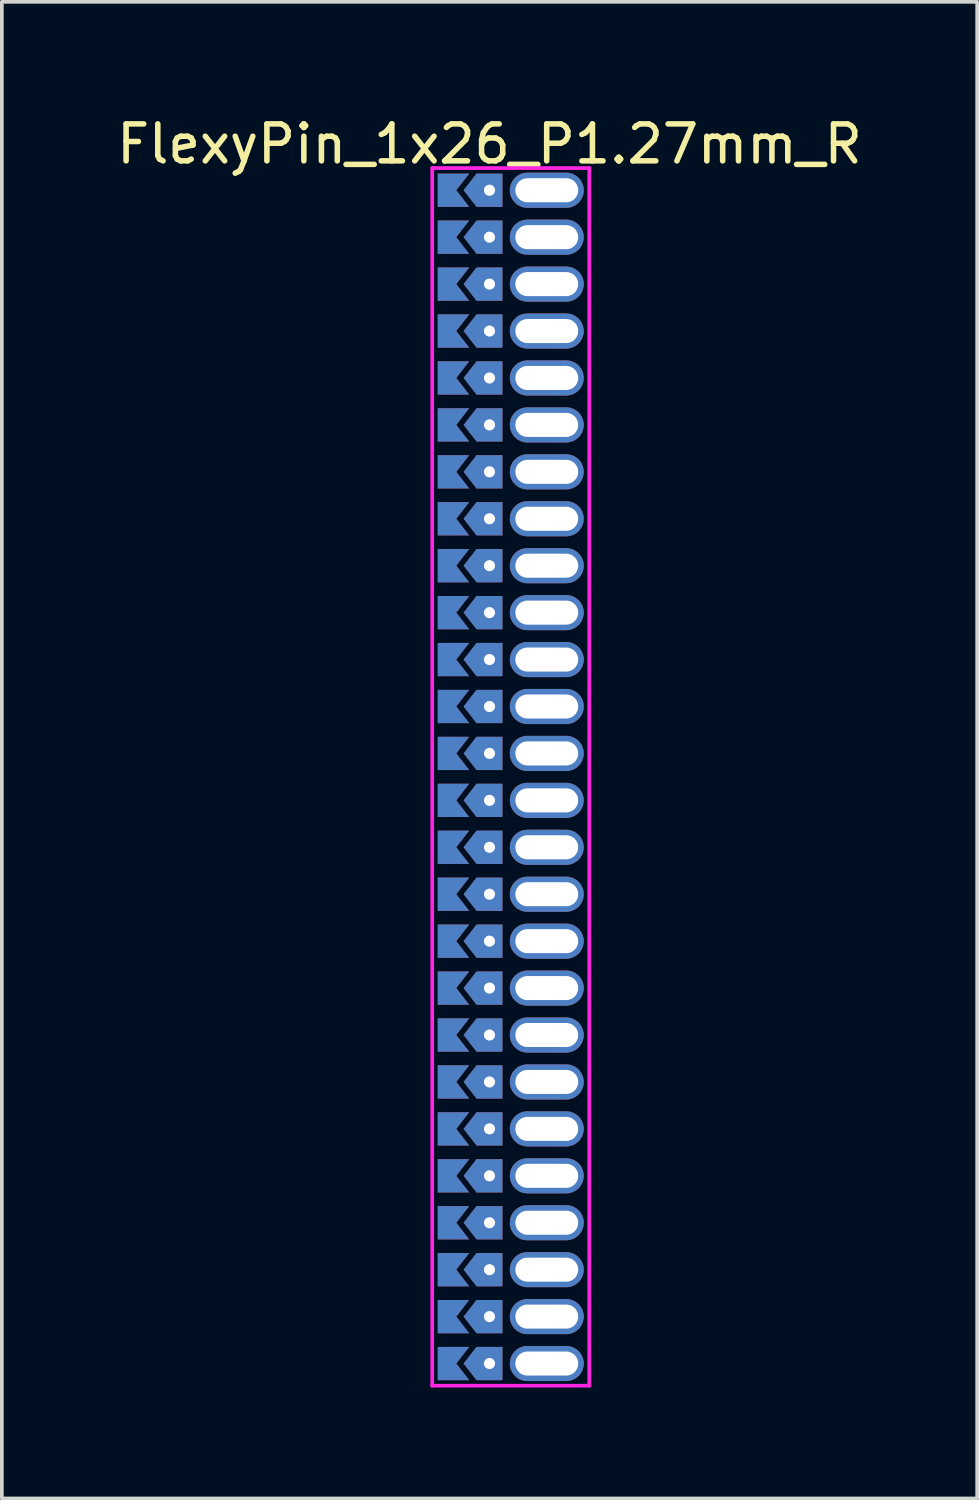
<source format=kicad_pcb>
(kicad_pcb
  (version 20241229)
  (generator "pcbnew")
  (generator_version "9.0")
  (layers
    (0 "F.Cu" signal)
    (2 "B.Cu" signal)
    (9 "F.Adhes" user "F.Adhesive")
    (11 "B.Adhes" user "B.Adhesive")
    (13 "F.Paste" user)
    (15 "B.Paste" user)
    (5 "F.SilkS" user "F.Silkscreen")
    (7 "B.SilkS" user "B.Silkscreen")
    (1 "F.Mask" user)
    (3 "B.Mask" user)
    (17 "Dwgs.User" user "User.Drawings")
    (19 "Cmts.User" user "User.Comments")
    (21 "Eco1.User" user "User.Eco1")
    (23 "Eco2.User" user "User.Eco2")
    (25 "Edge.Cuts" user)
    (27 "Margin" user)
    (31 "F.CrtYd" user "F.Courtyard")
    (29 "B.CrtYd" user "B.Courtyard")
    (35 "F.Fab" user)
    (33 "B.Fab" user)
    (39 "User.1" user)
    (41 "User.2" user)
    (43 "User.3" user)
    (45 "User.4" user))
  (footprint "FlexyPin_1x26_P1.27mm_R"
    (layer "F.Cu")
    (at 10.196 2.098)
    (property "Reference" "FlexyPin_1x26_P1.27mm_R" (at 0 -1.25 0) (layer "F.SilkS") (effects (font (size 1 1) (thickness 0.15))))
    (attr through_hole)
    (fp_line (start -1.55 -0.6) (end 2.7 -0.6) (stroke (width 0.1) (type solid)) (layer "F.CrtYd"))
    (fp_line (start -1.55 32.35) (end -1.55 -0.6) (stroke (width 0.1) (type solid)) (layer "F.CrtYd"))
    (fp_line (start 2.7 -0.6) (end 2.7 32.35) (stroke (width 0.1) (type solid)) (layer "F.CrtYd"))
    (fp_line (start 2.7 32.35) (end -1.55 32.35) (stroke (width 0.1) (type solid)) (layer "F.CrtYd"))
    (pad "" thru_hole custom (at 0 0) (size 0.3 0.3) (drill 0.6) (layers "*.Cu" "*.Mask") (options (anchor rect)) (primitives (gr_poly (pts (xy 0.35 0.45) (xy 0.35 -0.45) (xy -0.35 -0.45) (xy -0.7 0) (xy -0.35 0.45)) (width 0) (fill yes))))
    (pad "" thru_hole custom (at 0 1.27) (size 0.3 0.3) (drill 0.6) (layers "*.Cu" "*.Mask") (options (anchor rect)) (primitives (gr_poly (pts (xy 0.35 0.45) (xy 0.35 -0.45) (xy -0.35 -0.45) (xy -0.7 0) (xy -0.35 0.45)) (width 0) (fill yes))))
    (pad "" thru_hole custom (at 0 2.54) (size 0.3 0.3) (drill 0.6) (layers "*.Cu" "*.Mask") (options (anchor rect)) (primitives (gr_poly (pts (xy 0.35 0.45) (xy 0.35 -0.45) (xy -0.35 -0.45) (xy -0.7 0) (xy -0.35 0.45)) (width 0) (fill yes))))
    (pad "" thru_hole custom (at 0 3.81) (size 0.3 0.3) (drill 0.6) (layers "*.Cu" "*.Mask") (options (anchor rect)) (primitives (gr_poly (pts (xy 0.35 0.45) (xy 0.35 -0.45) (xy -0.35 -0.45) (xy -0.7 0) (xy -0.35 0.45)) (width 0) (fill yes))))
    (pad "" thru_hole custom (at 0 5.08) (size 0.3 0.3) (drill 0.6) (layers "*.Cu" "*.Mask") (options (anchor rect)) (primitives (gr_poly (pts (xy 0.35 0.45) (xy 0.35 -0.45) (xy -0.35 -0.45) (xy -0.7 0) (xy -0.35 0.45)) (width 0) (fill yes))))
    (pad "" thru_hole custom (at 0 6.35) (size 0.3 0.3) (drill 0.6) (layers "*.Cu" "*.Mask") (options (anchor rect)) (primitives (gr_poly (pts (xy 0.35 0.45) (xy 0.35 -0.45) (xy -0.35 -0.45) (xy -0.7 0) (xy -0.35 0.45)) (width 0) (fill yes))))
    (pad "" thru_hole custom (at 0 7.62) (size 0.3 0.3) (drill 0.6) (layers "*.Cu" "*.Mask") (options (anchor rect)) (primitives (gr_poly (pts (xy 0.35 0.45) (xy 0.35 -0.45) (xy -0.35 -0.45) (xy -0.7 0) (xy -0.35 0.45)) (width 0) (fill yes))))
    (pad "" thru_hole custom (at 0 8.89) (size 0.3 0.3) (drill 0.6) (layers "*.Cu" "*.Mask") (options (anchor rect)) (primitives (gr_poly (pts (xy 0.35 0.45) (xy 0.35 -0.45) (xy -0.35 -0.45) (xy -0.7 0) (xy -0.35 0.45)) (width 0) (fill yes))))
    (pad "" thru_hole custom (at 0 10.16) (size 0.3 0.3) (drill 0.6) (layers "*.Cu" "*.Mask") (options (anchor rect)) (primitives (gr_poly (pts (xy 0.35 0.45) (xy 0.35 -0.45) (xy -0.35 -0.45) (xy -0.7 0) (xy -0.35 0.45)) (width 0) (fill yes))))
    (pad "" thru_hole custom (at 0 11.43) (size 0.3 0.3) (drill 0.6) (layers "*.Cu" "*.Mask") (options (anchor rect)) (primitives (gr_poly (pts (xy 0.35 0.45) (xy 0.35 -0.45) (xy -0.35 -0.45) (xy -0.7 0) (xy -0.35 0.45)) (width 0) (fill yes))))
    (pad "" thru_hole custom (at 0 12.7) (size 0.3 0.3) (drill 0.6) (layers "*.Cu" "*.Mask") (options (anchor rect)) (primitives (gr_poly (pts (xy 0.35 0.45) (xy 0.35 -0.45) (xy -0.35 -0.45) (xy -0.7 0) (xy -0.35 0.45)) (width 0) (fill yes))))
    (pad "" thru_hole custom (at 0 13.97) (size 0.3 0.3) (drill 0.6) (layers "*.Cu" "*.Mask") (options (anchor rect)) (primitives (gr_poly (pts (xy 0.35 0.45) (xy 0.35 -0.45) (xy -0.35 -0.45) (xy -0.7 0) (xy -0.35 0.45)) (width 0) (fill yes))))
    (pad "" thru_hole custom (at 0 15.24) (size 0.3 0.3) (drill 0.6) (layers "*.Cu" "*.Mask") (options (anchor rect)) (primitives (gr_poly (pts (xy 0.35 0.45) (xy 0.35 -0.45) (xy -0.35 -0.45) (xy -0.7 0) (xy -0.35 0.45)) (width 0) (fill yes))))
    (pad "" thru_hole custom (at 0 16.51) (size 0.3 0.3) (drill 0.6) (layers "*.Cu" "*.Mask") (options (anchor rect)) (primitives (gr_poly (pts (xy 0.35 0.45) (xy 0.35 -0.45) (xy -0.35 -0.45) (xy -0.7 0) (xy -0.35 0.45)) (width 0) (fill yes))))
    (pad "" thru_hole custom (at 0 17.78) (size 0.3 0.3) (drill 0.6) (layers "*.Cu" "*.Mask") (options (anchor rect)) (primitives (gr_poly (pts (xy 0.35 0.45) (xy 0.35 -0.45) (xy -0.35 -0.45) (xy -0.7 0) (xy -0.35 0.45)) (width 0) (fill yes))))
    (pad "" thru_hole custom (at 0 19.05) (size 0.3 0.3) (drill 0.6) (layers "*.Cu" "*.Mask") (options (anchor rect)) (primitives (gr_poly (pts (xy 0.35 0.45) (xy 0.35 -0.45) (xy -0.35 -0.45) (xy -0.7 0) (xy -0.35 0.45)) (width 0) (fill yes))))
    (pad "" thru_hole custom (at 0 20.32) (size 0.3 0.3) (drill 0.6) (layers "*.Cu" "*.Mask") (options (anchor rect)) (primitives (gr_poly (pts (xy 0.35 0.45) (xy 0.35 -0.45) (xy -0.35 -0.45) (xy -0.7 0) (xy -0.35 0.45)) (width 0) (fill yes))))
    (pad "" thru_hole custom (at 0 21.59) (size 0.3 0.3) (drill 0.6) (layers "*.Cu" "*.Mask") (options (anchor rect)) (primitives (gr_poly (pts (xy 0.35 0.45) (xy 0.35 -0.45) (xy -0.35 -0.45) (xy -0.7 0) (xy -0.35 0.45)) (width 0) (fill yes))))
    (pad "" thru_hole custom (at 0 22.86) (size 0.3 0.3) (drill 0.6) (layers "*.Cu" "*.Mask") (options (anchor rect)) (primitives (gr_poly (pts (xy 0.35 0.45) (xy 0.35 -0.45) (xy -0.35 -0.45) (xy -0.7 0) (xy -0.35 0.45)) (width 0) (fill yes))))
    (pad "" thru_hole custom (at 0 24.13) (size 0.3 0.3) (drill 0.6) (layers "*.Cu" "*.Mask") (options (anchor rect)) (primitives (gr_poly (pts (xy 0.35 0.45) (xy 0.35 -0.45) (xy -0.35 -0.45) (xy -0.7 0) (xy -0.35 0.45)) (width 0) (fill yes))))
    (pad "" thru_hole custom (at 0 25.4) (size 0.3 0.3) (drill 0.6) (layers "*.Cu" "*.Mask") (options (anchor rect)) (primitives (gr_poly (pts (xy 0.35 0.45) (xy 0.35 -0.45) (xy -0.35 -0.45) (xy -0.7 0) (xy -0.35 0.45)) (width 0) (fill yes))))
    (pad "" thru_hole custom (at 0 26.67) (size 0.3 0.3) (drill 0.6) (layers "*.Cu" "*.Mask") (options (anchor rect)) (primitives (gr_poly (pts (xy 0.35 0.45) (xy 0.35 -0.45) (xy -0.35 -0.45) (xy -0.7 0) (xy -0.35 0.45)) (width 0) (fill yes))))
    (pad "" thru_hole custom (at 0 27.94) (size 0.3 0.3) (drill 0.6) (layers "*.Cu" "*.Mask") (options (anchor rect)) (primitives (gr_poly (pts (xy 0.35 0.45) (xy 0.35 -0.45) (xy -0.35 -0.45) (xy -0.7 0) (xy -0.35 0.45)) (width 0) (fill yes))))
    (pad "" thru_hole custom (at 0 29.21) (size 0.3 0.3) (drill 0.6) (layers "*.Cu" "*.Mask") (options (anchor rect)) (primitives (gr_poly (pts (xy 0.35 0.45) (xy 0.35 -0.45) (xy -0.35 -0.45) (xy -0.7 0) (xy -0.35 0.45)) (width 0) (fill yes))))
    (pad "" thru_hole custom (at 0 30.48) (size 0.3 0.3) (drill 0.6) (layers "*.Cu" "*.Mask") (options (anchor rect)) (primitives (gr_poly (pts (xy 0.35 0.45) (xy 0.35 -0.45) (xy -0.35 -0.45) (xy -0.7 0) (xy -0.35 0.45)) (width 0) (fill yes))))
    (pad "" thru_hole custom (at 0 31.75) (size 0.3 0.3) (drill 0.6) (layers "*.Cu" "*.Mask") (options (anchor rect)) (primitives (gr_poly (pts (xy 0.35 0.45) (xy 0.35 -0.45) (xy -0.35 -0.45) (xy -0.7 0) (xy -0.35 0.45)) (width 0) (fill yes))))
    (pad "" thru_hole oval (at 1.55 0) (size 2 0.95) (drill oval 1.7 0.65) (layers "*.Cu" "*.Mask"))
    (pad "" thru_hole oval (at 1.55 1.27) (size 2 0.95) (drill oval 1.7 0.65) (layers "*.Cu" "*.Mask"))
    (pad "" thru_hole oval (at 1.55 2.54) (size 2 0.95) (drill oval 1.7 0.65) (layers "*.Cu" "*.Mask"))
    (pad "" thru_hole oval (at 1.55 3.81) (size 2 0.95) (drill oval 1.7 0.65) (layers "*.Cu" "*.Mask"))
    (pad "" thru_hole oval (at 1.55 5.08) (size 2 0.95) (drill oval 1.7 0.65) (layers "*.Cu" "*.Mask"))
    (pad "" thru_hole oval (at 1.55 6.35) (size 2 0.95) (drill oval 1.7 0.65) (layers "*.Cu" "*.Mask"))
    (pad "" thru_hole oval (at 1.55 7.62) (size 2 0.95) (drill oval 1.7 0.65) (layers "*.Cu" "*.Mask"))
    (pad "" thru_hole oval (at 1.55 8.89) (size 2 0.95) (drill oval 1.7 0.65) (layers "*.Cu" "*.Mask"))
    (pad "" thru_hole oval (at 1.55 10.16) (size 2 0.95) (drill oval 1.7 0.65) (layers "*.Cu" "*.Mask"))
    (pad "" thru_hole oval (at 1.55 11.43) (size 2 0.95) (drill oval 1.7 0.65) (layers "*.Cu" "*.Mask"))
    (pad "" thru_hole oval (at 1.55 12.7) (size 2 0.95) (drill oval 1.7 0.65) (layers "*.Cu" "*.Mask"))
    (pad "" thru_hole oval (at 1.55 13.97) (size 2 0.95) (drill oval 1.7 0.65) (layers "*.Cu" "*.Mask"))
    (pad "" thru_hole oval (at 1.55 15.24) (size 2 0.95) (drill oval 1.7 0.65) (layers "*.Cu" "*.Mask"))
    (pad "" thru_hole oval (at 1.55 16.51) (size 2 0.95) (drill oval 1.7 0.65) (layers "*.Cu" "*.Mask"))
    (pad "" thru_hole oval (at 1.55 17.78) (size 2 0.95) (drill oval 1.7 0.65) (layers "*.Cu" "*.Mask"))
    (pad "" thru_hole oval (at 1.55 19.05) (size 2 0.95) (drill oval 1.7 0.65) (layers "*.Cu" "*.Mask"))
    (pad "" thru_hole oval (at 1.55 20.32) (size 2 0.95) (drill oval 1.7 0.65) (layers "*.Cu" "*.Mask"))
    (pad "" thru_hole oval (at 1.55 21.59) (size 2 0.95) (drill oval 1.7 0.65) (layers "*.Cu" "*.Mask"))
    (pad "" thru_hole oval (at 1.55 22.86) (size 2 0.95) (drill oval 1.7 0.65) (layers "*.Cu" "*.Mask"))
    (pad "" thru_hole oval (at 1.55 24.13) (size 2 0.95) (drill oval 1.7 0.65) (layers "*.Cu" "*.Mask"))
    (pad "" thru_hole oval (at 1.55 25.4) (size 2 0.95) (drill oval 1.7 0.65) (layers "*.Cu" "*.Mask"))
    (pad "" thru_hole oval (at 1.55 26.67) (size 2 0.95) (drill oval 1.7 0.65) (layers "*.Cu" "*.Mask"))
    (pad "" thru_hole oval (at 1.55 27.94) (size 2 0.95) (drill oval 1.7 0.65) (layers "*.Cu" "*.Mask"))
    (pad "" thru_hole oval (at 1.55 29.21) (size 2 0.95) (drill oval 1.7 0.65) (layers "*.Cu" "*.Mask"))
    (pad "" thru_hole oval (at 1.55 30.48) (size 2 0.95) (drill oval 1.7 0.65) (layers "*.Cu" "*.Mask"))
    (pad "" thru_hole oval (at 1.55 31.75) (size 2 0.95) (drill oval 1.7 0.65) (layers "*.Cu" "*.Mask"))
    (pad "1" smd custom (at -0.9 0) (size 0.01 0.01) (layers "F.Cu" "F.Mask") (options (anchor rect)) (primitives (gr_poly (pts (xy 0 0) (xy 0.35 0.45) (xy -0.5 0.45) (xy -0.5 -0.45) (xy 0.35 -0.45)) (width 0) (fill yes))))
    (pad "2" smd custom (at -0.9 1.27) (size 0.01 0.01) (layers "F.Cu" "F.Mask") (options (anchor rect)) (primitives (gr_poly (pts (xy 0 0) (xy 0.35 0.45) (xy -0.5 0.45) (xy -0.5 -0.45) (xy 0.35 -0.45)) (width 0) (fill yes))))
    (pad "3" smd custom (at -0.9 2.54) (size 0.01 0.01) (layers "F.Cu" "F.Mask") (options (anchor rect)) (primitives (gr_poly (pts (xy 0 0) (xy 0.35 0.45) (xy -0.5 0.45) (xy -0.5 -0.45) (xy 0.35 -0.45)) (width 0) (fill yes))))
    (pad "4" smd custom (at -0.9 3.81) (size 0.01 0.01) (layers "F.Cu" "F.Mask") (options (anchor rect)) (primitives (gr_poly (pts (xy 0 0) (xy 0.35 0.45) (xy -0.5 0.45) (xy -0.5 -0.45) (xy 0.35 -0.45)) (width 0) (fill yes))))
    (pad "5" smd custom (at -0.9 5.08) (size 0.01 0.01) (layers "F.Cu" "F.Mask") (options (anchor rect)) (primitives (gr_poly (pts (xy 0 0) (xy 0.35 0.45) (xy -0.5 0.45) (xy -0.5 -0.45) (xy 0.35 -0.45)) (width 0) (fill yes))))
    (pad "6" smd custom (at -0.9 6.35) (size 0.01 0.01) (layers "F.Cu" "F.Mask") (options (anchor rect)) (primitives (gr_poly (pts (xy 0 0) (xy 0.35 0.45) (xy -0.5 0.45) (xy -0.5 -0.45) (xy 0.35 -0.45)) (width 0) (fill yes))))
    (pad "7" smd custom (at -0.9 7.62) (size 0.01 0.01) (layers "F.Cu" "F.Mask") (options (anchor rect)) (primitives (gr_poly (pts (xy 0 0) (xy 0.35 0.45) (xy -0.5 0.45) (xy -0.5 -0.45) (xy 0.35 -0.45)) (width 0) (fill yes))))
    (pad "8" smd custom (at -0.9 8.89) (size 0.01 0.01) (layers "F.Cu" "F.Mask") (options (anchor rect)) (primitives (gr_poly (pts (xy 0 0) (xy 0.35 0.45) (xy -0.5 0.45) (xy -0.5 -0.45) (xy 0.35 -0.45)) (width 0) (fill yes))))
    (pad "9" smd custom (at -0.9 10.16) (size 0.01 0.01) (layers "F.Cu" "F.Mask") (options (anchor rect)) (primitives (gr_poly (pts (xy 0 0) (xy 0.35 0.45) (xy -0.5 0.45) (xy -0.5 -0.45) (xy 0.35 -0.45)) (width 0) (fill yes))))
    (pad "10" smd custom (at -0.9 11.43) (size 0.01 0.01) (layers "F.Cu" "F.Mask") (options (anchor rect)) (primitives (gr_poly (pts (xy 0 0) (xy 0.35 0.45) (xy -0.5 0.45) (xy -0.5 -0.45) (xy 0.35 -0.45)) (width 0) (fill yes))))
    (pad "11" smd custom (at -0.9 12.7) (size 0.01 0.01) (layers "F.Cu" "F.Mask") (options (anchor rect)) (primitives (gr_poly (pts (xy 0 0) (xy 0.35 0.45) (xy -0.5 0.45) (xy -0.5 -0.45) (xy 0.35 -0.45)) (width 0) (fill yes))))
    (pad "12" smd custom (at -0.9 13.97) (size 0.01 0.01) (layers "F.Cu" "F.Mask") (options (anchor rect)) (primitives (gr_poly (pts (xy 0 0) (xy 0.35 0.45) (xy -0.5 0.45) (xy -0.5 -0.45) (xy 0.35 -0.45)) (width 0) (fill yes))))
    (pad "13" smd custom (at -0.9 15.24) (size 0.01 0.01) (layers "F.Cu" "F.Mask") (options (anchor rect)) (primitives (gr_poly (pts (xy 0 0) (xy 0.35 0.45) (xy -0.5 0.45) (xy -0.5 -0.45) (xy 0.35 -0.45)) (width 0) (fill yes))))
    (pad "14" smd custom (at -0.9 16.51) (size 0.01 0.01) (layers "F.Cu" "F.Mask") (options (anchor rect)) (primitives (gr_poly (pts (xy 0 0) (xy 0.35 0.45) (xy -0.5 0.45) (xy -0.5 -0.45) (xy 0.35 -0.45)) (width 0) (fill yes))))
    (pad "15" smd custom (at -0.9 17.78) (size 0.01 0.01) (layers "F.Cu" "F.Mask") (options (anchor rect)) (primitives (gr_poly (pts (xy 0 0) (xy 0.35 0.45) (xy -0.5 0.45) (xy -0.5 -0.45) (xy 0.35 -0.45)) (width 0) (fill yes))))
    (pad "16" smd custom (at -0.9 19.05) (size 0.01 0.01) (layers "F.Cu" "F.Mask") (options (anchor rect)) (primitives (gr_poly (pts (xy 0 0) (xy 0.35 0.45) (xy -0.5 0.45) (xy -0.5 -0.45) (xy 0.35 -0.45)) (width 0) (fill yes))))
    (pad "17" smd custom (at -0.9 20.32) (size 0.01 0.01) (layers "F.Cu" "F.Mask") (options (anchor rect)) (primitives (gr_poly (pts (xy 0 0) (xy 0.35 0.45) (xy -0.5 0.45) (xy -0.5 -0.45) (xy 0.35 -0.45)) (width 0) (fill yes))))
    (pad "18" smd custom (at -0.9 21.59) (size 0.01 0.01) (layers "F.Cu" "F.Mask") (options (anchor rect)) (primitives (gr_poly (pts (xy 0 0) (xy 0.35 0.45) (xy -0.5 0.45) (xy -0.5 -0.45) (xy 0.35 -0.45)) (width 0) (fill yes))))
    (pad "19" smd custom (at -0.9 22.86) (size 0.01 0.01) (layers "F.Cu" "F.Mask") (options (anchor rect)) (primitives (gr_poly (pts (xy 0 0) (xy 0.35 0.45) (xy -0.5 0.45) (xy -0.5 -0.45) (xy 0.35 -0.45)) (width 0) (fill yes))))
    (pad "20" smd custom (at -0.9 24.13) (size 0.01 0.01) (layers "F.Cu" "F.Mask") (options (anchor rect)) (primitives (gr_poly (pts (xy 0 0) (xy 0.35 0.45) (xy -0.5 0.45) (xy -0.5 -0.45) (xy 0.35 -0.45)) (width 0) (fill yes))))
    (pad "21" smd custom (at -0.9 25.4) (size 0.01 0.01) (layers "F.Cu" "F.Mask") (options (anchor rect)) (primitives (gr_poly (pts (xy 0 0) (xy 0.35 0.45) (xy -0.5 0.45) (xy -0.5 -0.45) (xy 0.35 -0.45)) (width 0) (fill yes))))
    (pad "22" smd custom (at -0.9 26.67) (size 0.01 0.01) (layers "F.Cu" "F.Mask") (options (anchor rect)) (primitives (gr_poly (pts (xy 0 0) (xy 0.35 0.45) (xy -0.5 0.45) (xy -0.5 -0.45) (xy 0.35 -0.45)) (width 0) (fill yes))))
    (pad "23" smd custom (at -0.9 27.94) (size 0.01 0.01) (layers "F.Cu" "F.Mask") (options (anchor rect)) (primitives (gr_poly (pts (xy 0 0) (xy 0.35 0.45) (xy -0.5 0.45) (xy -0.5 -0.45) (xy 0.35 -0.45)) (width 0) (fill yes))))
    (pad "24" smd custom (at -0.9 29.21) (size 0.01 0.01) (layers "F.Cu" "F.Mask") (options (anchor rect)) (primitives (gr_poly (pts (xy 0 0) (xy 0.35 0.45) (xy -0.5 0.45) (xy -0.5 -0.45) (xy 0.35 -0.45)) (width 0) (fill yes))))
    (pad "25" smd custom (at -0.9 30.48) (size 0.01 0.01) (layers "F.Cu" "F.Mask") (options (anchor rect)) (primitives (gr_poly (pts (xy 0 0) (xy 0.35 0.45) (xy -0.5 0.45) (xy -0.5 -0.45) (xy 0.35 -0.45)) (width 0) (fill yes))))
    (pad "26" smd custom (at -0.9 31.75) (size 0.01 0.01) (layers "F.Cu" "F.Mask") (options (anchor rect)) (primitives (gr_poly (pts (xy 0 0) (xy 0.35 0.45) (xy -0.5 0.45) (xy -0.5 -0.45) (xy 0.35 -0.45)) (width 0) (fill yes))))
    (pad "27" smd custom (at -0.9 0) (size 0.01 0.01) (layers "B.Cu" "B.Mask") (options (anchor rect)) (primitives (gr_poly (pts (xy 0 0) (xy 0.35 0.45) (xy -0.5 0.45) (xy -0.5 -0.45) (xy 0.35 -0.45)) (width 0) (fill yes))))
    (pad "28" smd custom (at -0.9 1.27) (size 0.01 0.01) (layers "B.Cu" "B.Mask") (options (anchor rect)) (primitives (gr_poly (pts (xy 0 0) (xy 0.35 0.45) (xy -0.5 0.45) (xy -0.5 -0.45) (xy 0.35 -0.45)) (width 0) (fill yes))))
    (pad "29" smd custom (at -0.9 2.54) (size 0.01 0.01) (layers "B.Cu" "B.Mask") (options (anchor rect)) (primitives (gr_poly (pts (xy 0 0) (xy 0.35 0.45) (xy -0.5 0.45) (xy -0.5 -0.45) (xy 0.35 -0.45)) (width 0) (fill yes))))
    (pad "30" smd custom (at -0.9 3.81) (size 0.01 0.01) (layers "B.Cu" "B.Mask") (options (anchor rect)) (primitives (gr_poly (pts (xy 0 0) (xy 0.35 0.45) (xy -0.5 0.45) (xy -0.5 -0.45) (xy 0.35 -0.45)) (width 0) (fill yes))))
    (pad "31" smd custom (at -0.9 5.08) (size 0.01 0.01) (layers "B.Cu" "B.Mask") (options (anchor rect)) (primitives (gr_poly (pts (xy 0 0) (xy 0.35 0.45) (xy -0.5 0.45) (xy -0.5 -0.45) (xy 0.35 -0.45)) (width 0) (fill yes))))
    (pad "32" smd custom (at -0.9 6.35) (size 0.01 0.01) (layers "B.Cu" "B.Mask") (options (anchor rect)) (primitives (gr_poly (pts (xy 0 0) (xy 0.35 0.45) (xy -0.5 0.45) (xy -0.5 -0.45) (xy 0.35 -0.45)) (width 0) (fill yes))))
    (pad "33" smd custom (at -0.9 7.62) (size 0.01 0.01) (layers "B.Cu" "B.Mask") (options (anchor rect)) (primitives (gr_poly (pts (xy 0 0) (xy 0.35 0.45) (xy -0.5 0.45) (xy -0.5 -0.45) (xy 0.35 -0.45)) (width 0) (fill yes))))
    (pad "34" smd custom (at -0.9 8.89) (size 0.01 0.01) (layers "B.Cu" "B.Mask") (options (anchor rect)) (primitives (gr_poly (pts (xy 0 0) (xy 0.35 0.45) (xy -0.5 0.45) (xy -0.5 -0.45) (xy 0.35 -0.45)) (width 0) (fill yes))))
    (pad "35" smd custom (at -0.9 10.16) (size 0.01 0.01) (layers "B.Cu" "B.Mask") (options (anchor rect)) (primitives (gr_poly (pts (xy 0 0) (xy 0.35 0.45) (xy -0.5 0.45) (xy -0.5 -0.45) (xy 0.35 -0.45)) (width 0) (fill yes))))
    (pad "36" smd custom (at -0.9 11.43) (size 0.01 0.01) (layers "B.Cu" "B.Mask") (options (anchor rect)) (primitives (gr_poly (pts (xy 0 0) (xy 0.35 0.45) (xy -0.5 0.45) (xy -0.5 -0.45) (xy 0.35 -0.45)) (width 0) (fill yes))))
    (pad "37" smd custom (at -0.9 12.7) (size 0.01 0.01) (layers "B.Cu" "B.Mask") (options (anchor rect)) (primitives (gr_poly (pts (xy 0 0) (xy 0.35 0.45) (xy -0.5 0.45) (xy -0.5 -0.45) (xy 0.35 -0.45)) (width 0) (fill yes))))
    (pad "38" smd custom (at -0.9 13.97) (size 0.01 0.01) (layers "B.Cu" "B.Mask") (options (anchor rect)) (primitives (gr_poly (pts (xy 0 0) (xy 0.35 0.45) (xy -0.5 0.45) (xy -0.5 -0.45) (xy 0.35 -0.45)) (width 0) (fill yes))))
    (pad "39" smd custom (at -0.9 15.24) (size 0.01 0.01) (layers "B.Cu" "B.Mask") (options (anchor rect)) (primitives (gr_poly (pts (xy 0 0) (xy 0.35 0.45) (xy -0.5 0.45) (xy -0.5 -0.45) (xy 0.35 -0.45)) (width 0) (fill yes))))
    (pad "40" smd custom (at -0.9 16.51) (size 0.01 0.01) (layers "B.Cu" "B.Mask") (options (anchor rect)) (primitives (gr_poly (pts (xy 0 0) (xy 0.35 0.45) (xy -0.5 0.45) (xy -0.5 -0.45) (xy 0.35 -0.45)) (width 0) (fill yes))))
    (pad "41" smd custom (at -0.9 17.78) (size 0.01 0.01) (layers "B.Cu" "B.Mask") (options (anchor rect)) (primitives (gr_poly (pts (xy 0 0) (xy 0.35 0.45) (xy -0.5 0.45) (xy -0.5 -0.45) (xy 0.35 -0.45)) (width 0) (fill yes))))
    (pad "42" smd custom (at -0.9 19.05) (size 0.01 0.01) (layers "B.Cu" "B.Mask") (options (anchor rect)) (primitives (gr_poly (pts (xy 0 0) (xy 0.35 0.45) (xy -0.5 0.45) (xy -0.5 -0.45) (xy 0.35 -0.45)) (width 0) (fill yes))))
    (pad "43" smd custom (at -0.9 20.32) (size 0.01 0.01) (layers "B.Cu" "B.Mask") (options (anchor rect)) (primitives (gr_poly (pts (xy 0 0) (xy 0.35 0.45) (xy -0.5 0.45) (xy -0.5 -0.45) (xy 0.35 -0.45)) (width 0) (fill yes))))
    (pad "44" smd custom (at -0.9 21.59) (size 0.01 0.01) (layers "B.Cu" "B.Mask") (options (anchor rect)) (primitives (gr_poly (pts (xy 0 0) (xy 0.35 0.45) (xy -0.5 0.45) (xy -0.5 -0.45) (xy 0.35 -0.45)) (width 0) (fill yes))))
    (pad "45" smd custom (at -0.9 22.86) (size 0.01 0.01) (layers "B.Cu" "B.Mask") (options (anchor rect)) (primitives (gr_poly (pts (xy 0 0) (xy 0.35 0.45) (xy -0.5 0.45) (xy -0.5 -0.45) (xy 0.35 -0.45)) (width 0) (fill yes))))
    (pad "46" smd custom (at -0.9 24.13) (size 0.01 0.01) (layers "B.Cu" "B.Mask") (options (anchor rect)) (primitives (gr_poly (pts (xy 0 0) (xy 0.35 0.45) (xy -0.5 0.45) (xy -0.5 -0.45) (xy 0.35 -0.45)) (width 0) (fill yes))))
    (pad "47" smd custom (at -0.9 25.4) (size 0.01 0.01) (layers "B.Cu" "B.Mask") (options (anchor rect)) (primitives (gr_poly (pts (xy 0 0) (xy 0.35 0.45) (xy -0.5 0.45) (xy -0.5 -0.45) (xy 0.35 -0.45)) (width 0) (fill yes))))
    (pad "48" smd custom (at -0.9 26.67) (size 0.01 0.01) (layers "B.Cu" "B.Mask") (options (anchor rect)) (primitives (gr_poly (pts (xy 0 0) (xy 0.35 0.45) (xy -0.5 0.45) (xy -0.5 -0.45) (xy 0.35 -0.45)) (width 0) (fill yes))))
    (pad "49" smd custom (at -0.9 27.94) (size 0.01 0.01) (layers "B.Cu" "B.Mask") (options (anchor rect)) (primitives (gr_poly (pts (xy 0 0) (xy 0.35 0.45) (xy -0.5 0.45) (xy -0.5 -0.45) (xy 0.35 -0.45)) (width 0) (fill yes))))
    (pad "50" smd custom (at -0.9 29.21) (size 0.01 0.01) (layers "B.Cu" "B.Mask") (options (anchor rect)) (primitives (gr_poly (pts (xy 0 0) (xy 0.35 0.45) (xy -0.5 0.45) (xy -0.5 -0.45) (xy 0.35 -0.45)) (width 0) (fill yes))))
    (pad "51" smd custom (at -0.9 30.48) (size 0.01 0.01) (layers "B.Cu" "B.Mask") (options (anchor rect)) (primitives (gr_poly (pts (xy 0 0) (xy 0.35 0.45) (xy -0.5 0.45) (xy -0.5 -0.45) (xy 0.35 -0.45)) (width 0) (fill yes))))
    (pad "52" smd custom (at -0.9 31.75) (size 0.01 0.01) (layers "B.Cu" "B.Mask") (options (anchor rect)) (primitives (gr_poly (pts (xy 0 0) (xy 0.35 0.45) (xy -0.5 0.45) (xy -0.5 -0.45) (xy 0.35 -0.45)) (width 0) (fill yes)))))
  (gr_rect
    (start -3 -3)
    (end 23.393 37.498)
    (stroke (width 0.1) (type default))
    (fill no)
    (layer "Edge.Cuts")))
</source>
